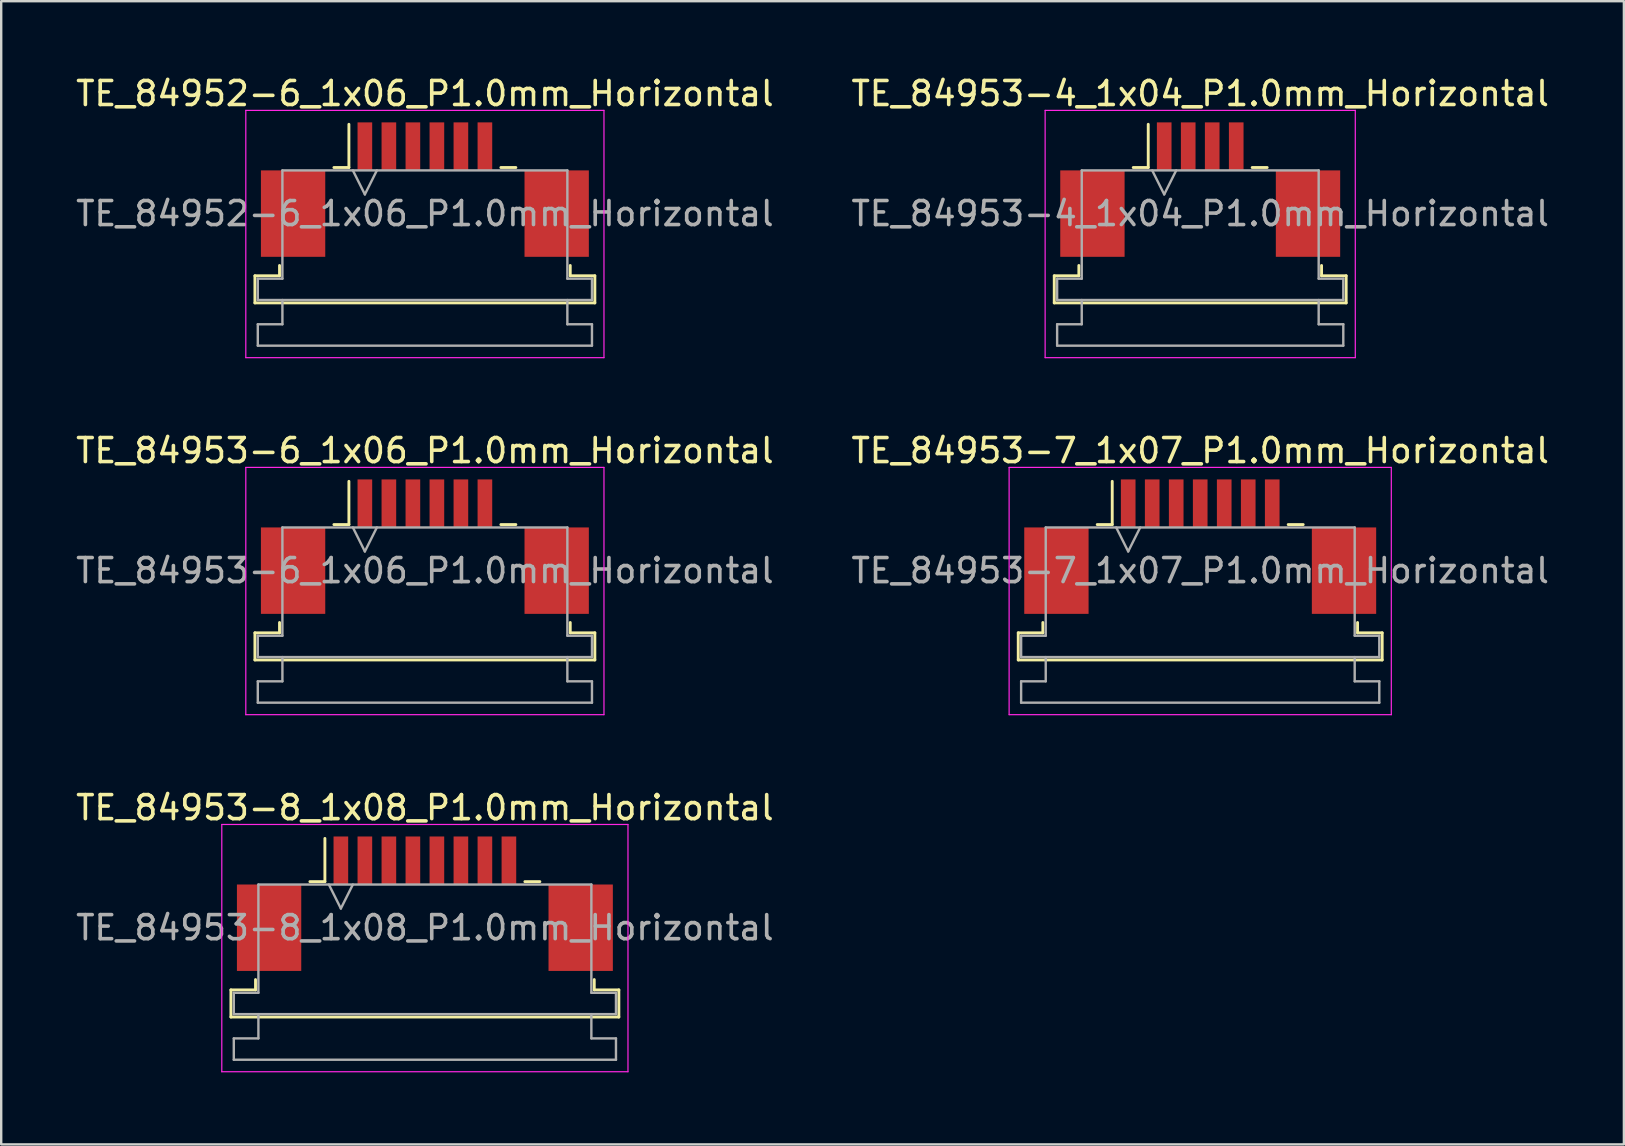
<source format=kicad_pcb>
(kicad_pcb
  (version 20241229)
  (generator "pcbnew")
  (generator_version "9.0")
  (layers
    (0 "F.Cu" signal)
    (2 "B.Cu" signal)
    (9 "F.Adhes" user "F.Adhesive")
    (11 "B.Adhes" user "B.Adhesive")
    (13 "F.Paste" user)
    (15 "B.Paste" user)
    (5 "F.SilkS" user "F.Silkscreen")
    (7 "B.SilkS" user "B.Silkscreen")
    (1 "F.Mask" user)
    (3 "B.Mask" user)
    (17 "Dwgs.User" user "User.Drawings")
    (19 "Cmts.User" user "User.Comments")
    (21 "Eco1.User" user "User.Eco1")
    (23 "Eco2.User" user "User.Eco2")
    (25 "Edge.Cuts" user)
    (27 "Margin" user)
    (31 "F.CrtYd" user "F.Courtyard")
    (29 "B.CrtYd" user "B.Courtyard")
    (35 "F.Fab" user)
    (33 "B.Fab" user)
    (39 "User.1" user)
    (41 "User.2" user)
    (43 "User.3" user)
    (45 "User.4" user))
  (footprint "TE_84953-4_1x04_P1.0mm_Horizontal"
    (layer "F.Cu")
    (at 46.946 4.848)
    (property "Reference" "TE_84953-4_1x04_P1.0mm_Horizontal" (at 0 -4 0) (layer "F.SilkS") (effects (font (size 1 1) (thickness 0.15))))
    (attr smd)
    (fp_line (start -6.08 3.59) (end -5.055 3.59) (stroke (width 0.12) (type solid)) (layer "F.SilkS"))
    (fp_line (start -6.08 4.72) (end -6.08 3.59) (stroke (width 0.12) (type solid)) (layer "F.SilkS"))
    (fp_line (start -5.055 3.59) (end -5.055 3.16) (stroke (width 0.12) (type solid)) (layer "F.SilkS"))
    (fp_line (start -2.79 -0.92) (end -2.165 -0.92) (stroke (width 0.12) (type solid)) (layer "F.SilkS"))
    (fp_line (start -2.165 -0.92) (end -2.165 -2.72) (stroke (width 0.12) (type solid)) (layer "F.SilkS"))
    (fp_line (start 2.165 -0.92) (end 2.79 -0.92) (stroke (width 0.12) (type solid)) (layer "F.SilkS"))
    (fp_line (start 5.055 3.16) (end 5.055 3.59) (stroke (width 0.12) (type solid)) (layer "F.SilkS"))
    (fp_line (start 5.055 3.59) (end 6.08 3.59) (stroke (width 0.12) (type solid)) (layer "F.SilkS"))
    (fp_line (start 6.08 3.59) (end 6.08 4.72) (stroke (width 0.12) (type solid)) (layer "F.SilkS"))
    (fp_line (start 6.08 4.72) (end -6.08 4.72) (stroke (width 0.12) (type solid)) (layer "F.SilkS"))
    (fp_line (start -6.46 -3.3) (end -6.46 7) (stroke (width 0.05) (type solid)) (layer "F.CrtYd"))
    (fp_line (start -6.46 7) (end 6.46 7) (stroke (width 0.05) (type solid)) (layer "F.CrtYd"))
    (fp_line (start 6.46 -3.3) (end -6.46 -3.3) (stroke (width 0.05) (type solid)) (layer "F.CrtYd"))
    (fp_line (start 6.46 7) (end 6.46 -3.3) (stroke (width 0.05) (type solid)) (layer "F.CrtYd"))
    (fp_line (start -5.96 3.71) (end -4.935 3.71) (stroke (width 0.1) (type solid)) (layer "F.Fab"))
    (fp_line (start -5.96 4.6) (end -5.96 3.71) (stroke (width 0.1) (type solid)) (layer "F.Fab"))
    (fp_line (start -5.96 5.61) (end -4.935 5.61) (stroke (width 0.1) (type solid)) (layer "F.Fab"))
    (fp_line (start -5.96 6.5) (end -5.96 5.61) (stroke (width 0.1) (type solid)) (layer "F.Fab"))
    (fp_line (start -4.935 -0.8) (end 4.935 -0.8) (stroke (width 0.1) (type solid)) (layer "F.Fab"))
    (fp_line (start -4.935 3.71) (end -4.935 -0.8) (stroke (width 0.1) (type solid)) (layer "F.Fab"))
    (fp_line (start -4.935 5.61) (end -4.935 4.6) (stroke (width 0.1) (type solid)) (layer "F.Fab"))
    (fp_line (start -2 -0.8) (end -1.5 0.2) (stroke (width 0.1) (type solid)) (layer "F.Fab"))
    (fp_line (start -1.5 0.2) (end -1 -0.8) (stroke (width 0.1) (type solid)) (layer "F.Fab"))
    (fp_line (start 4.935 -0.8) (end 4.935 3.71) (stroke (width 0.1) (type solid)) (layer "F.Fab"))
    (fp_line (start 4.935 3.71) (end 5.96 3.71) (stroke (width 0.1) (type solid)) (layer "F.Fab"))
    (fp_line (start 4.935 4.6) (end 4.935 5.61) (stroke (width 0.1) (type solid)) (layer "F.Fab"))
    (fp_line (start 4.935 5.61) (end 5.96 5.61) (stroke (width 0.1) (type solid)) (layer "F.Fab"))
    (fp_line (start 5.96 3.71) (end 5.96 4.6) (stroke (width 0.1) (type solid)) (layer "F.Fab"))
    (fp_line (start 5.96 4.6) (end -5.96 4.6) (stroke (width 0.1) (type solid)) (layer "F.Fab"))
    (fp_line (start 5.96 5.61) (end 5.96 6.5) (stroke (width 0.1) (type solid)) (layer "F.Fab"))
    (fp_line (start 5.96 6.5) (end -5.96 6.5) (stroke (width 0.1) (type solid)) (layer "F.Fab"))
    (fp_text user "${REFERENCE}" (at 0 1 0) (layer "F.Fab") (effects (font (size 1 1) (thickness 0.15))))
    (pad "" smd rect (at -4.49 1) (size 2.68 3.6) (layers "F.Cu" "F.Mask" "F.Paste"))
    (pad "" smd rect (at 4.49 1) (size 2.68 3.6) (layers "F.Cu" "F.Mask" "F.Paste"))
    (pad "1" smd rect (at -1.5 -1.8) (size 0.61 2) (layers "F.Cu" "F.Mask" "F.Paste"))
    (pad "2" smd rect (at -0.5 -1.8) (size 0.61 2) (layers "F.Cu" "F.Mask" "F.Paste"))
    (pad "3" smd rect (at 0.5 -1.8) (size 0.61 2) (layers "F.Cu" "F.Mask" "F.Paste"))
    (pad "4" smd rect (at 1.5 -1.8) (size 0.61 2) (layers "F.Cu" "F.Mask" "F.Paste")))
  (footprint "TE_84953-8_1x08_P1.0mm_Horizontal"
    (layer "F.Cu")
    (at 14.649 34.595)
    (property "Reference" "TE_84953-8_1x08_P1.0mm_Horizontal" (at 0 -4 0) (layer "F.SilkS") (effects (font (size 1 1) (thickness 0.15))))
    (attr smd)
    (fp_line (start -8.08 3.59) (end -7.055 3.59) (stroke (width 0.12) (type solid)) (layer "F.SilkS"))
    (fp_line (start -8.08 4.72) (end -8.08 3.59) (stroke (width 0.12) (type solid)) (layer "F.SilkS"))
    (fp_line (start -7.055 3.59) (end -7.055 3.16) (stroke (width 0.12) (type solid)) (layer "F.SilkS"))
    (fp_line (start -4.79 -0.92) (end -4.165 -0.92) (stroke (width 0.12) (type solid)) (layer "F.SilkS"))
    (fp_line (start -4.165 -0.92) (end -4.165 -2.72) (stroke (width 0.12) (type solid)) (layer "F.SilkS"))
    (fp_line (start 4.165 -0.92) (end 4.79 -0.92) (stroke (width 0.12) (type solid)) (layer "F.SilkS"))
    (fp_line (start 7.055 3.16) (end 7.055 3.59) (stroke (width 0.12) (type solid)) (layer "F.SilkS"))
    (fp_line (start 7.055 3.59) (end 8.08 3.59) (stroke (width 0.12) (type solid)) (layer "F.SilkS"))
    (fp_line (start 8.08 3.59) (end 8.08 4.72) (stroke (width 0.12) (type solid)) (layer "F.SilkS"))
    (fp_line (start 8.08 4.72) (end -8.08 4.72) (stroke (width 0.12) (type solid)) (layer "F.SilkS"))
    (fp_line (start -8.46 -3.3) (end -8.46 7) (stroke (width 0.05) (type solid)) (layer "F.CrtYd"))
    (fp_line (start -8.46 7) (end 8.46 7) (stroke (width 0.05) (type solid)) (layer "F.CrtYd"))
    (fp_line (start 8.46 -3.3) (end -8.46 -3.3) (stroke (width 0.05) (type solid)) (layer "F.CrtYd"))
    (fp_line (start 8.46 7) (end 8.46 -3.3) (stroke (width 0.05) (type solid)) (layer "F.CrtYd"))
    (fp_line (start -7.96 3.71) (end -6.935 3.71) (stroke (width 0.1) (type solid)) (layer "F.Fab"))
    (fp_line (start -7.96 4.6) (end -7.96 3.71) (stroke (width 0.1) (type solid)) (layer "F.Fab"))
    (fp_line (start -7.96 5.61) (end -6.935 5.61) (stroke (width 0.1) (type solid)) (layer "F.Fab"))
    (fp_line (start -7.96 6.5) (end -7.96 5.61) (stroke (width 0.1) (type solid)) (layer "F.Fab"))
    (fp_line (start -6.935 -0.8) (end 6.935 -0.8) (stroke (width 0.1) (type solid)) (layer "F.Fab"))
    (fp_line (start -6.935 3.71) (end -6.935 -0.8) (stroke (width 0.1) (type solid)) (layer "F.Fab"))
    (fp_line (start -6.935 5.61) (end -6.935 4.6) (stroke (width 0.1) (type solid)) (layer "F.Fab"))
    (fp_line (start -4 -0.8) (end -3.5 0.2) (stroke (width 0.1) (type solid)) (layer "F.Fab"))
    (fp_line (start -3.5 0.2) (end -3 -0.8) (stroke (width 0.1) (type solid)) (layer "F.Fab"))
    (fp_line (start 6.935 -0.8) (end 6.935 3.71) (stroke (width 0.1) (type solid)) (layer "F.Fab"))
    (fp_line (start 6.935 3.71) (end 7.96 3.71) (stroke (width 0.1) (type solid)) (layer "F.Fab"))
    (fp_line (start 6.935 4.6) (end 6.935 5.61) (stroke (width 0.1) (type solid)) (layer "F.Fab"))
    (fp_line (start 6.935 5.61) (end 7.96 5.61) (stroke (width 0.1) (type solid)) (layer "F.Fab"))
    (fp_line (start 7.96 3.71) (end 7.96 4.6) (stroke (width 0.1) (type solid)) (layer "F.Fab"))
    (fp_line (start 7.96 4.6) (end -7.96 4.6) (stroke (width 0.1) (type solid)) (layer "F.Fab"))
    (fp_line (start 7.96 5.61) (end 7.96 6.5) (stroke (width 0.1) (type solid)) (layer "F.Fab"))
    (fp_line (start 7.96 6.5) (end -7.96 6.5) (stroke (width 0.1) (type solid)) (layer "F.Fab"))
    (fp_text user "${REFERENCE}" (at 0 1 0) (layer "F.Fab") (effects (font (size 1 1) (thickness 0.15))))
    (pad "" smd rect (at -6.49 1) (size 2.68 3.6) (layers "F.Cu" "F.Mask" "F.Paste"))
    (pad "" smd rect (at 6.49 1) (size 2.68 3.6) (layers "F.Cu" "F.Mask" "F.Paste"))
    (pad "1" smd rect (at -3.5 -1.8) (size 0.61 2) (layers "F.Cu" "F.Mask" "F.Paste"))
    (pad "2" smd rect (at -2.5 -1.8) (size 0.61 2) (layers "F.Cu" "F.Mask" "F.Paste"))
    (pad "3" smd rect (at -1.5 -1.8) (size 0.61 2) (layers "F.Cu" "F.Mask" "F.Paste"))
    (pad "4" smd rect (at -0.5 -1.8) (size 0.61 2) (layers "F.Cu" "F.Mask" "F.Paste"))
    (pad "5" smd rect (at 0.5 -1.8) (size 0.61 2) (layers "F.Cu" "F.Mask" "F.Paste"))
    (pad "6" smd rect (at 1.5 -1.8) (size 0.61 2) (layers "F.Cu" "F.Mask" "F.Paste"))
    (pad "7" smd rect (at 2.5 -1.8) (size 0.61 2) (layers "F.Cu" "F.Mask" "F.Paste"))
    (pad "8" smd rect (at 3.5 -1.8) (size 0.61 2) (layers "F.Cu" "F.Mask" "F.Paste")))
  (footprint "TE_84953-6_1x06_P1.0mm_Horizontal"
    (layer "F.Cu")
    (at 14.649 19.721)
    (property "Reference" "TE_84953-6_1x06_P1.0mm_Horizontal" (at 0 -4 0) (layer "F.SilkS") (effects (font (size 1 1) (thickness 0.15))))
    (attr smd)
    (fp_line (start -7.08 3.59) (end -6.055 3.59) (stroke (width 0.12) (type solid)) (layer "F.SilkS"))
    (fp_line (start -7.08 4.72) (end -7.08 3.59) (stroke (width 0.12) (type solid)) (layer "F.SilkS"))
    (fp_line (start -6.055 3.59) (end -6.055 3.16) (stroke (width 0.12) (type solid)) (layer "F.SilkS"))
    (fp_line (start -3.79 -0.92) (end -3.165 -0.92) (stroke (width 0.12) (type solid)) (layer "F.SilkS"))
    (fp_line (start -3.165 -0.92) (end -3.165 -2.72) (stroke (width 0.12) (type solid)) (layer "F.SilkS"))
    (fp_line (start 3.165 -0.92) (end 3.79 -0.92) (stroke (width 0.12) (type solid)) (layer "F.SilkS"))
    (fp_line (start 6.055 3.16) (end 6.055 3.59) (stroke (width 0.12) (type solid)) (layer "F.SilkS"))
    (fp_line (start 6.055 3.59) (end 7.08 3.59) (stroke (width 0.12) (type solid)) (layer "F.SilkS"))
    (fp_line (start 7.08 3.59) (end 7.08 4.72) (stroke (width 0.12) (type solid)) (layer "F.SilkS"))
    (fp_line (start 7.08 4.72) (end -7.08 4.72) (stroke (width 0.12) (type solid)) (layer "F.SilkS"))
    (fp_line (start -7.46 -3.3) (end -7.46 7) (stroke (width 0.05) (type solid)) (layer "F.CrtYd"))
    (fp_line (start -7.46 7) (end 7.46 7) (stroke (width 0.05) (type solid)) (layer "F.CrtYd"))
    (fp_line (start 7.46 -3.3) (end -7.46 -3.3) (stroke (width 0.05) (type solid)) (layer "F.CrtYd"))
    (fp_line (start 7.46 7) (end 7.46 -3.3) (stroke (width 0.05) (type solid)) (layer "F.CrtYd"))
    (fp_line (start -6.96 3.71) (end -5.935 3.71) (stroke (width 0.1) (type solid)) (layer "F.Fab"))
    (fp_line (start -6.96 4.6) (end -6.96 3.71) (stroke (width 0.1) (type solid)) (layer "F.Fab"))
    (fp_line (start -6.96 5.61) (end -5.935 5.61) (stroke (width 0.1) (type solid)) (layer "F.Fab"))
    (fp_line (start -6.96 6.5) (end -6.96 5.61) (stroke (width 0.1) (type solid)) (layer "F.Fab"))
    (fp_line (start -5.935 -0.8) (end 5.935 -0.8) (stroke (width 0.1) (type solid)) (layer "F.Fab"))
    (fp_line (start -5.935 3.71) (end -5.935 -0.8) (stroke (width 0.1) (type solid)) (layer "F.Fab"))
    (fp_line (start -5.935 5.61) (end -5.935 4.6) (stroke (width 0.1) (type solid)) (layer "F.Fab"))
    (fp_line (start -3 -0.8) (end -2.5 0.2) (stroke (width 0.1) (type solid)) (layer "F.Fab"))
    (fp_line (start -2.5 0.2) (end -2 -0.8) (stroke (width 0.1) (type solid)) (layer "F.Fab"))
    (fp_line (start 5.935 -0.8) (end 5.935 3.71) (stroke (width 0.1) (type solid)) (layer "F.Fab"))
    (fp_line (start 5.935 3.71) (end 6.96 3.71) (stroke (width 0.1) (type solid)) (layer "F.Fab"))
    (fp_line (start 5.935 4.6) (end 5.935 5.61) (stroke (width 0.1) (type solid)) (layer "F.Fab"))
    (fp_line (start 5.935 5.61) (end 6.96 5.61) (stroke (width 0.1) (type solid)) (layer "F.Fab"))
    (fp_line (start 6.96 3.71) (end 6.96 4.6) (stroke (width 0.1) (type solid)) (layer "F.Fab"))
    (fp_line (start 6.96 4.6) (end -6.96 4.6) (stroke (width 0.1) (type solid)) (layer "F.Fab"))
    (fp_line (start 6.96 5.61) (end 6.96 6.5) (stroke (width 0.1) (type solid)) (layer "F.Fab"))
    (fp_line (start 6.96 6.5) (end -6.96 6.5) (stroke (width 0.1) (type solid)) (layer "F.Fab"))
    (fp_text user "${REFERENCE}" (at 0 1 0) (layer "F.Fab") (effects (font (size 1 1) (thickness 0.15))))
    (pad "" smd rect (at -5.49 1) (size 2.68 3.6) (layers "F.Cu" "F.Mask" "F.Paste"))
    (pad "" smd rect (at 5.49 1) (size 2.68 3.6) (layers "F.Cu" "F.Mask" "F.Paste"))
    (pad "1" smd rect (at -2.5 -1.8) (size 0.61 2) (layers "F.Cu" "F.Mask" "F.Paste"))
    (pad "2" smd rect (at -1.5 -1.8) (size 0.61 2) (layers "F.Cu" "F.Mask" "F.Paste"))
    (pad "3" smd rect (at -0.5 -1.8) (size 0.61 2) (layers "F.Cu" "F.Mask" "F.Paste"))
    (pad "4" smd rect (at 0.5 -1.8) (size 0.61 2) (layers "F.Cu" "F.Mask" "F.Paste"))
    (pad "5" smd rect (at 1.5 -1.8) (size 0.61 2) (layers "F.Cu" "F.Mask" "F.Paste"))
    (pad "6" smd rect (at 2.5 -1.8) (size 0.61 2) (layers "F.Cu" "F.Mask" "F.Paste")))
  (footprint "TE_84953-7_1x07_P1.0mm_Horizontal"
    (layer "F.Cu")
    (at 46.946 19.721)
    (property "Reference" "TE_84953-7_1x07_P1.0mm_Horizontal" (at 0 -4 0) (layer "F.SilkS") (effects (font (size 1 1) (thickness 0.15))))
    (attr smd)
    (fp_line (start -7.58 3.59) (end -6.555 3.59) (stroke (width 0.12) (type solid)) (layer "F.SilkS"))
    (fp_line (start -7.58 4.72) (end -7.58 3.59) (stroke (width 0.12) (type solid)) (layer "F.SilkS"))
    (fp_line (start -6.555 3.59) (end -6.555 3.16) (stroke (width 0.12) (type solid)) (layer "F.SilkS"))
    (fp_line (start -4.29 -0.92) (end -3.665 -0.92) (stroke (width 0.12) (type solid)) (layer "F.SilkS"))
    (fp_line (start -3.665 -0.92) (end -3.665 -2.72) (stroke (width 0.12) (type solid)) (layer "F.SilkS"))
    (fp_line (start 3.665 -0.92) (end 4.29 -0.92) (stroke (width 0.12) (type solid)) (layer "F.SilkS"))
    (fp_line (start 6.555 3.16) (end 6.555 3.59) (stroke (width 0.12) (type solid)) (layer "F.SilkS"))
    (fp_line (start 6.555 3.59) (end 7.58 3.59) (stroke (width 0.12) (type solid)) (layer "F.SilkS"))
    (fp_line (start 7.58 3.59) (end 7.58 4.72) (stroke (width 0.12) (type solid)) (layer "F.SilkS"))
    (fp_line (start 7.58 4.72) (end -7.58 4.72) (stroke (width 0.12) (type solid)) (layer "F.SilkS"))
    (fp_line (start -7.96 -3.3) (end -7.96 7) (stroke (width 0.05) (type solid)) (layer "F.CrtYd"))
    (fp_line (start -7.96 7) (end 7.96 7) (stroke (width 0.05) (type solid)) (layer "F.CrtYd"))
    (fp_line (start 7.96 -3.3) (end -7.96 -3.3) (stroke (width 0.05) (type solid)) (layer "F.CrtYd"))
    (fp_line (start 7.96 7) (end 7.96 -3.3) (stroke (width 0.05) (type solid)) (layer "F.CrtYd"))
    (fp_line (start -7.46 3.71) (end -6.435 3.71) (stroke (width 0.1) (type solid)) (layer "F.Fab"))
    (fp_line (start -7.46 4.6) (end -7.46 3.71) (stroke (width 0.1) (type solid)) (layer "F.Fab"))
    (fp_line (start -7.46 5.61) (end -6.435 5.61) (stroke (width 0.1) (type solid)) (layer "F.Fab"))
    (fp_line (start -7.46 6.5) (end -7.46 5.61) (stroke (width 0.1) (type solid)) (layer "F.Fab"))
    (fp_line (start -6.435 -0.8) (end 6.435 -0.8) (stroke (width 0.1) (type solid)) (layer "F.Fab"))
    (fp_line (start -6.435 3.71) (end -6.435 -0.8) (stroke (width 0.1) (type solid)) (layer "F.Fab"))
    (fp_line (start -6.435 5.61) (end -6.435 4.6) (stroke (width 0.1) (type solid)) (layer "F.Fab"))
    (fp_line (start -3.5 -0.8) (end -3 0.2) (stroke (width 0.1) (type solid)) (layer "F.Fab"))
    (fp_line (start -3 0.2) (end -2.5 -0.8) (stroke (width 0.1) (type solid)) (layer "F.Fab"))
    (fp_line (start 6.435 -0.8) (end 6.435 3.71) (stroke (width 0.1) (type solid)) (layer "F.Fab"))
    (fp_line (start 6.435 3.71) (end 7.46 3.71) (stroke (width 0.1) (type solid)) (layer "F.Fab"))
    (fp_line (start 6.435 4.6) (end 6.435 5.61) (stroke (width 0.1) (type solid)) (layer "F.Fab"))
    (fp_line (start 6.435 5.61) (end 7.46 5.61) (stroke (width 0.1) (type solid)) (layer "F.Fab"))
    (fp_line (start 7.46 3.71) (end 7.46 4.6) (stroke (width 0.1) (type solid)) (layer "F.Fab"))
    (fp_line (start 7.46 4.6) (end -7.46 4.6) (stroke (width 0.1) (type solid)) (layer "F.Fab"))
    (fp_line (start 7.46 5.61) (end 7.46 6.5) (stroke (width 0.1) (type solid)) (layer "F.Fab"))
    (fp_line (start 7.46 6.5) (end -7.46 6.5) (stroke (width 0.1) (type solid)) (layer "F.Fab"))
    (fp_text user "${REFERENCE}" (at 0 1 0) (layer "F.Fab") (effects (font (size 1 1) (thickness 0.15))))
    (pad "" smd rect (at -5.99 1) (size 2.68 3.6) (layers "F.Cu" "F.Mask" "F.Paste"))
    (pad "" smd rect (at 5.99 1) (size 2.68 3.6) (layers "F.Cu" "F.Mask" "F.Paste"))
    (pad "1" smd rect (at -3 -1.8) (size 0.61 2) (layers "F.Cu" "F.Mask" "F.Paste"))
    (pad "2" smd rect (at -2 -1.8) (size 0.61 2) (layers "F.Cu" "F.Mask" "F.Paste"))
    (pad "3" smd rect (at -1 -1.8) (size 0.61 2) (layers "F.Cu" "F.Mask" "F.Paste"))
    (pad "4" smd rect (at 0 -1.8) (size 0.61 2) (layers "F.Cu" "F.Mask" "F.Paste"))
    (pad "5" smd rect (at 1 -1.8) (size 0.61 2) (layers "F.Cu" "F.Mask" "F.Paste"))
    (pad "6" smd rect (at 2 -1.8) (size 0.61 2) (layers "F.Cu" "F.Mask" "F.Paste"))
    (pad "7" smd rect (at 3 -1.8) (size 0.61 2) (layers "F.Cu" "F.Mask" "F.Paste")))
  (footprint "TE_84952-6_1x06_P1.0mm_Horizontal"
    (layer "F.Cu")
    (at 14.649 4.848)
    (property "Reference" "TE_84952-6_1x06_P1.0mm_Horizontal" (at 0 -4 0) (layer "F.SilkS") (effects (font (size 1 1) (thickness 0.15))))
    (attr smd)
    (fp_line (start -7.08 3.59) (end -6.055 3.59) (stroke (width 0.12) (type solid)) (layer "F.SilkS"))
    (fp_line (start -7.08 4.72) (end -7.08 3.59) (stroke (width 0.12) (type solid)) (layer "F.SilkS"))
    (fp_line (start -6.055 3.59) (end -6.055 3.16) (stroke (width 0.12) (type solid)) (layer "F.SilkS"))
    (fp_line (start -3.79 -0.92) (end -3.165 -0.92) (stroke (width 0.12) (type solid)) (layer "F.SilkS"))
    (fp_line (start -3.165 -0.92) (end -3.165 -2.72) (stroke (width 0.12) (type solid)) (layer "F.SilkS"))
    (fp_line (start 3.165 -0.92) (end 3.79 -0.92) (stroke (width 0.12) (type solid)) (layer "F.SilkS"))
    (fp_line (start 6.055 3.16) (end 6.055 3.59) (stroke (width 0.12) (type solid)) (layer "F.SilkS"))
    (fp_line (start 6.055 3.59) (end 7.08 3.59) (stroke (width 0.12) (type solid)) (layer "F.SilkS"))
    (fp_line (start 7.08 3.59) (end 7.08 4.72) (stroke (width 0.12) (type solid)) (layer "F.SilkS"))
    (fp_line (start 7.08 4.72) (end -7.08 4.72) (stroke (width 0.12) (type solid)) (layer "F.SilkS"))
    (fp_line (start -7.46 -3.3) (end -7.46 7) (stroke (width 0.05) (type solid)) (layer "F.CrtYd"))
    (fp_line (start -7.46 7) (end 7.46 7) (stroke (width 0.05) (type solid)) (layer "F.CrtYd"))
    (fp_line (start 7.46 -3.3) (end -7.46 -3.3) (stroke (width 0.05) (type solid)) (layer "F.CrtYd"))
    (fp_line (start 7.46 7) (end 7.46 -3.3) (stroke (width 0.05) (type solid)) (layer "F.CrtYd"))
    (fp_line (start -6.96 3.71) (end -5.935 3.71) (stroke (width 0.1) (type solid)) (layer "F.Fab"))
    (fp_line (start -6.96 4.6) (end -6.96 3.71) (stroke (width 0.1) (type solid)) (layer "F.Fab"))
    (fp_line (start -6.96 5.61) (end -5.935 5.61) (stroke (width 0.1) (type solid)) (layer "F.Fab"))
    (fp_line (start -6.96 6.5) (end -6.96 5.61) (stroke (width 0.1) (type solid)) (layer "F.Fab"))
    (fp_line (start -5.935 -0.8) (end 5.935 -0.8) (stroke (width 0.1) (type solid)) (layer "F.Fab"))
    (fp_line (start -5.935 3.71) (end -5.935 -0.8) (stroke (width 0.1) (type solid)) (layer "F.Fab"))
    (fp_line (start -5.935 5.61) (end -5.935 4.6) (stroke (width 0.1) (type solid)) (layer "F.Fab"))
    (fp_line (start -3 -0.8) (end -2.5 0.2) (stroke (width 0.1) (type solid)) (layer "F.Fab"))
    (fp_line (start -2.5 0.2) (end -2 -0.8) (stroke (width 0.1) (type solid)) (layer "F.Fab"))
    (fp_line (start 5.935 -0.8) (end 5.935 3.71) (stroke (width 0.1) (type solid)) (layer "F.Fab"))
    (fp_line (start 5.935 3.71) (end 6.96 3.71) (stroke (width 0.1) (type solid)) (layer "F.Fab"))
    (fp_line (start 5.935 4.6) (end 5.935 5.61) (stroke (width 0.1) (type solid)) (layer "F.Fab"))
    (fp_line (start 5.935 5.61) (end 6.96 5.61) (stroke (width 0.1) (type solid)) (layer "F.Fab"))
    (fp_line (start 6.96 3.71) (end 6.96 4.6) (stroke (width 0.1) (type solid)) (layer "F.Fab"))
    (fp_line (start 6.96 4.6) (end -6.96 4.6) (stroke (width 0.1) (type solid)) (layer "F.Fab"))
    (fp_line (start 6.96 5.61) (end 6.96 6.5) (stroke (width 0.1) (type solid)) (layer "F.Fab"))
    (fp_line (start 6.96 6.5) (end -6.96 6.5) (stroke (width 0.1) (type solid)) (layer "F.Fab"))
    (fp_text user "${REFERENCE}" (at 0 1 0) (layer "F.Fab") (effects (font (size 1 1) (thickness 0.15))))
    (pad "" smd rect (at -5.49 1) (size 2.68 3.6) (layers "F.Cu" "F.Mask" "F.Paste"))
    (pad "" smd rect (at 5.49 1) (size 2.68 3.6) (layers "F.Cu" "F.Mask" "F.Paste"))
    (pad "1" smd rect (at -2.5 -1.8) (size 0.61 2) (layers "F.Cu" "F.Mask" "F.Paste"))
    (pad "2" smd rect (at -1.5 -1.8) (size 0.61 2) (layers "F.Cu" "F.Mask" "F.Paste"))
    (pad "3" smd rect (at -0.5 -1.8) (size 0.61 2) (layers "F.Cu" "F.Mask" "F.Paste"))
    (pad "4" smd rect (at 0.5 -1.8) (size 0.61 2) (layers "F.Cu" "F.Mask" "F.Paste"))
    (pad "5" smd rect (at 1.5 -1.8) (size 0.61 2) (layers "F.Cu" "F.Mask" "F.Paste"))
    (pad "6" smd rect (at 2.5 -1.8) (size 0.61 2) (layers "F.Cu" "F.Mask" "F.Paste")))
  (gr_rect
    (start -3 -3)
    (end 64.595 44.62)
    (stroke (width 0.1) (type default))
    (fill no)
    (layer "Edge.Cuts")))
</source>
